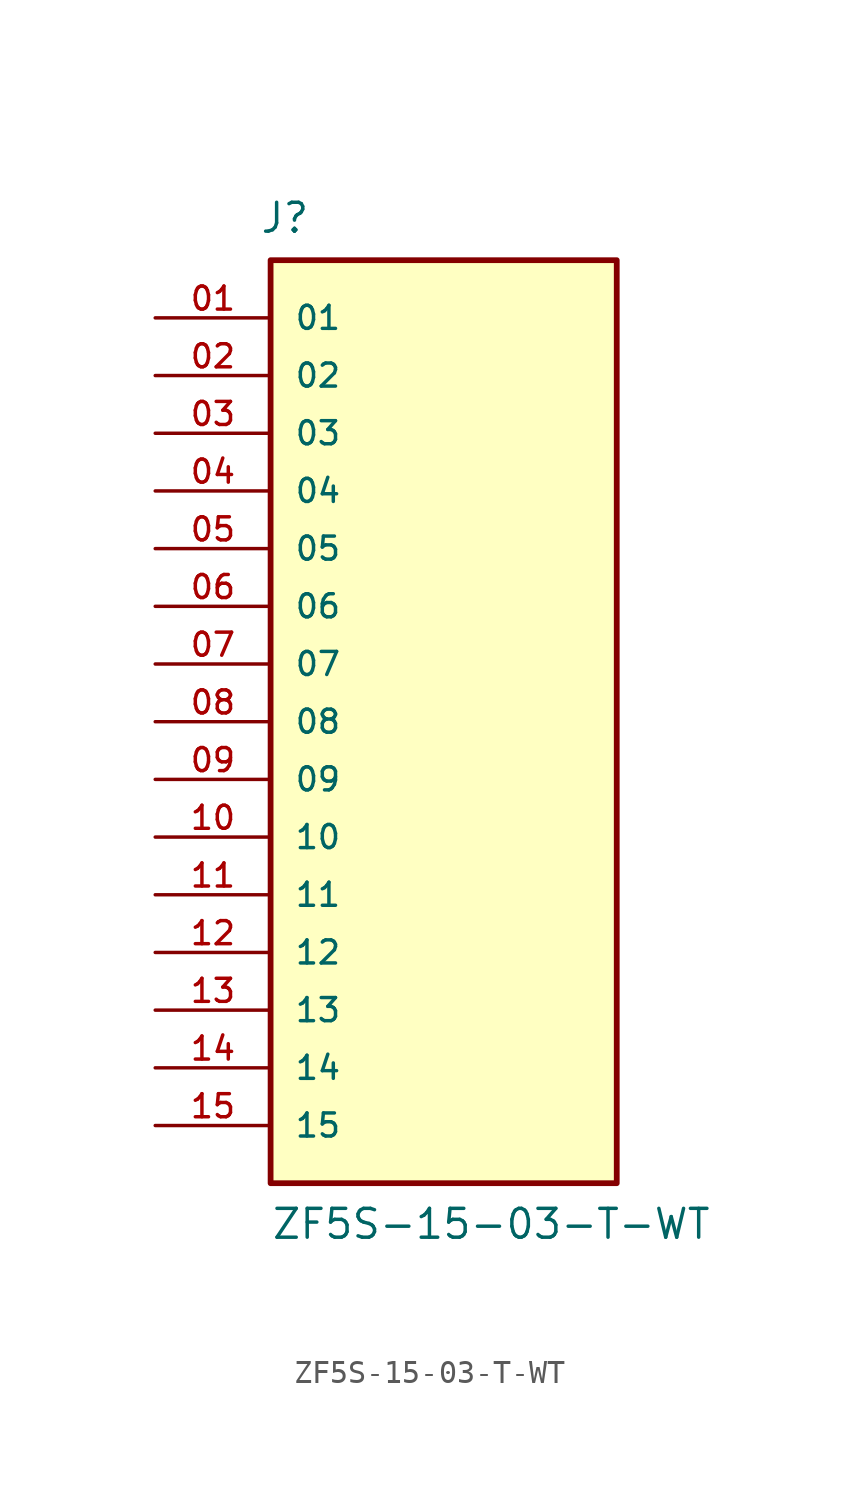
<source format=kicad_sym>
(kicad_symbol_lib
  (version 20211014)
  (generator kicad_symbol_editor)
  (symbol "ZF5S-15-03-T-WT"
    (pin_names
      (offset 1.016))
    (property "Reference" "J"
      (at -8.12 21.436 0)
      (effects (font (size 1.27 1.27)) (justify bottom left)))
    (property "Value" "ZF5S-15-03-T-WT"
      (at -7.62 -22.86 0)
      (effects (font (size 1.27 1.27)) (justify bottom left)))
    (symbol "ZF5S-15-03-T-WT_0_0"
      (rectangle (start -7.62 -20.32) (end 7.62 20.32) (stroke (width 0.254)) (fill (type background)))
      (pin passive line (at -12.7 17.78 0) (length 5.08) (name "01" (effects (font (size 1.016 1.016)))) (number "01" (effects (font (size 1.016 1.016)))))
      (pin passive line (at -12.7 15.24 0) (length 5.08) (name "02" (effects (font (size 1.016 1.016)))) (number "02" (effects (font (size 1.016 1.016)))))
      (pin passive line (at -12.7 12.7 0) (length 5.08) (name "03" (effects (font (size 1.016 1.016)))) (number "03" (effects (font (size 1.016 1.016)))))
      (pin passive line (at -12.7 10.16 0) (length 5.08) (name "04" (effects (font (size 1.016 1.016)))) (number "04" (effects (font (size 1.016 1.016)))))
      (pin passive line (at -12.7 7.62 0) (length 5.08) (name "05" (effects (font (size 1.016 1.016)))) (number "05" (effects (font (size 1.016 1.016)))))
      (pin passive line (at -12.7 5.08 0) (length 5.08) (name "06" (effects (font (size 1.016 1.016)))) (number "06" (effects (font (size 1.016 1.016)))))
      (pin passive line (at -12.7 2.54 0) (length 5.08) (name "07" (effects (font (size 1.016 1.016)))) (number "07" (effects (font (size 1.016 1.016)))))
      (pin passive line (at -12.7 0.0 0) (length 5.08) (name "08" (effects (font (size 1.016 1.016)))) (number "08" (effects (font (size 1.016 1.016)))))
      (pin passive line (at -12.7 -2.54 0) (length 5.08) (name "09" (effects (font (size 1.016 1.016)))) (number "09" (effects (font (size 1.016 1.016)))))
      (pin passive line (at -12.7 -5.08 0) (length 5.08) (name "10" (effects (font (size 1.016 1.016)))) (number "10" (effects (font (size 1.016 1.016)))))
      (pin passive line (at -12.7 -7.62 0) (length 5.08) (name "11" (effects (font (size 1.016 1.016)))) (number "11" (effects (font (size 1.016 1.016)))))
      (pin passive line (at -12.7 -10.16 0) (length 5.08) (name "12" (effects (font (size 1.016 1.016)))) (number "12" (effects (font (size 1.016 1.016)))))
      (pin passive line (at -12.7 -12.7 0) (length 5.08) (name "13" (effects (font (size 1.016 1.016)))) (number "13" (effects (font (size 1.016 1.016)))))
      (pin passive line (at -12.7 -15.24 0) (length 5.08) (name "14" (effects (font (size 1.016 1.016)))) (number "14" (effects (font (size 1.016 1.016)))))
      (pin passive line (at -12.7 -17.78 0) (length 5.08) (name "15" (effects (font (size 1.016 1.016)))) (number "15" (effects (font (size 1.016 1.016))))))))
</source>
